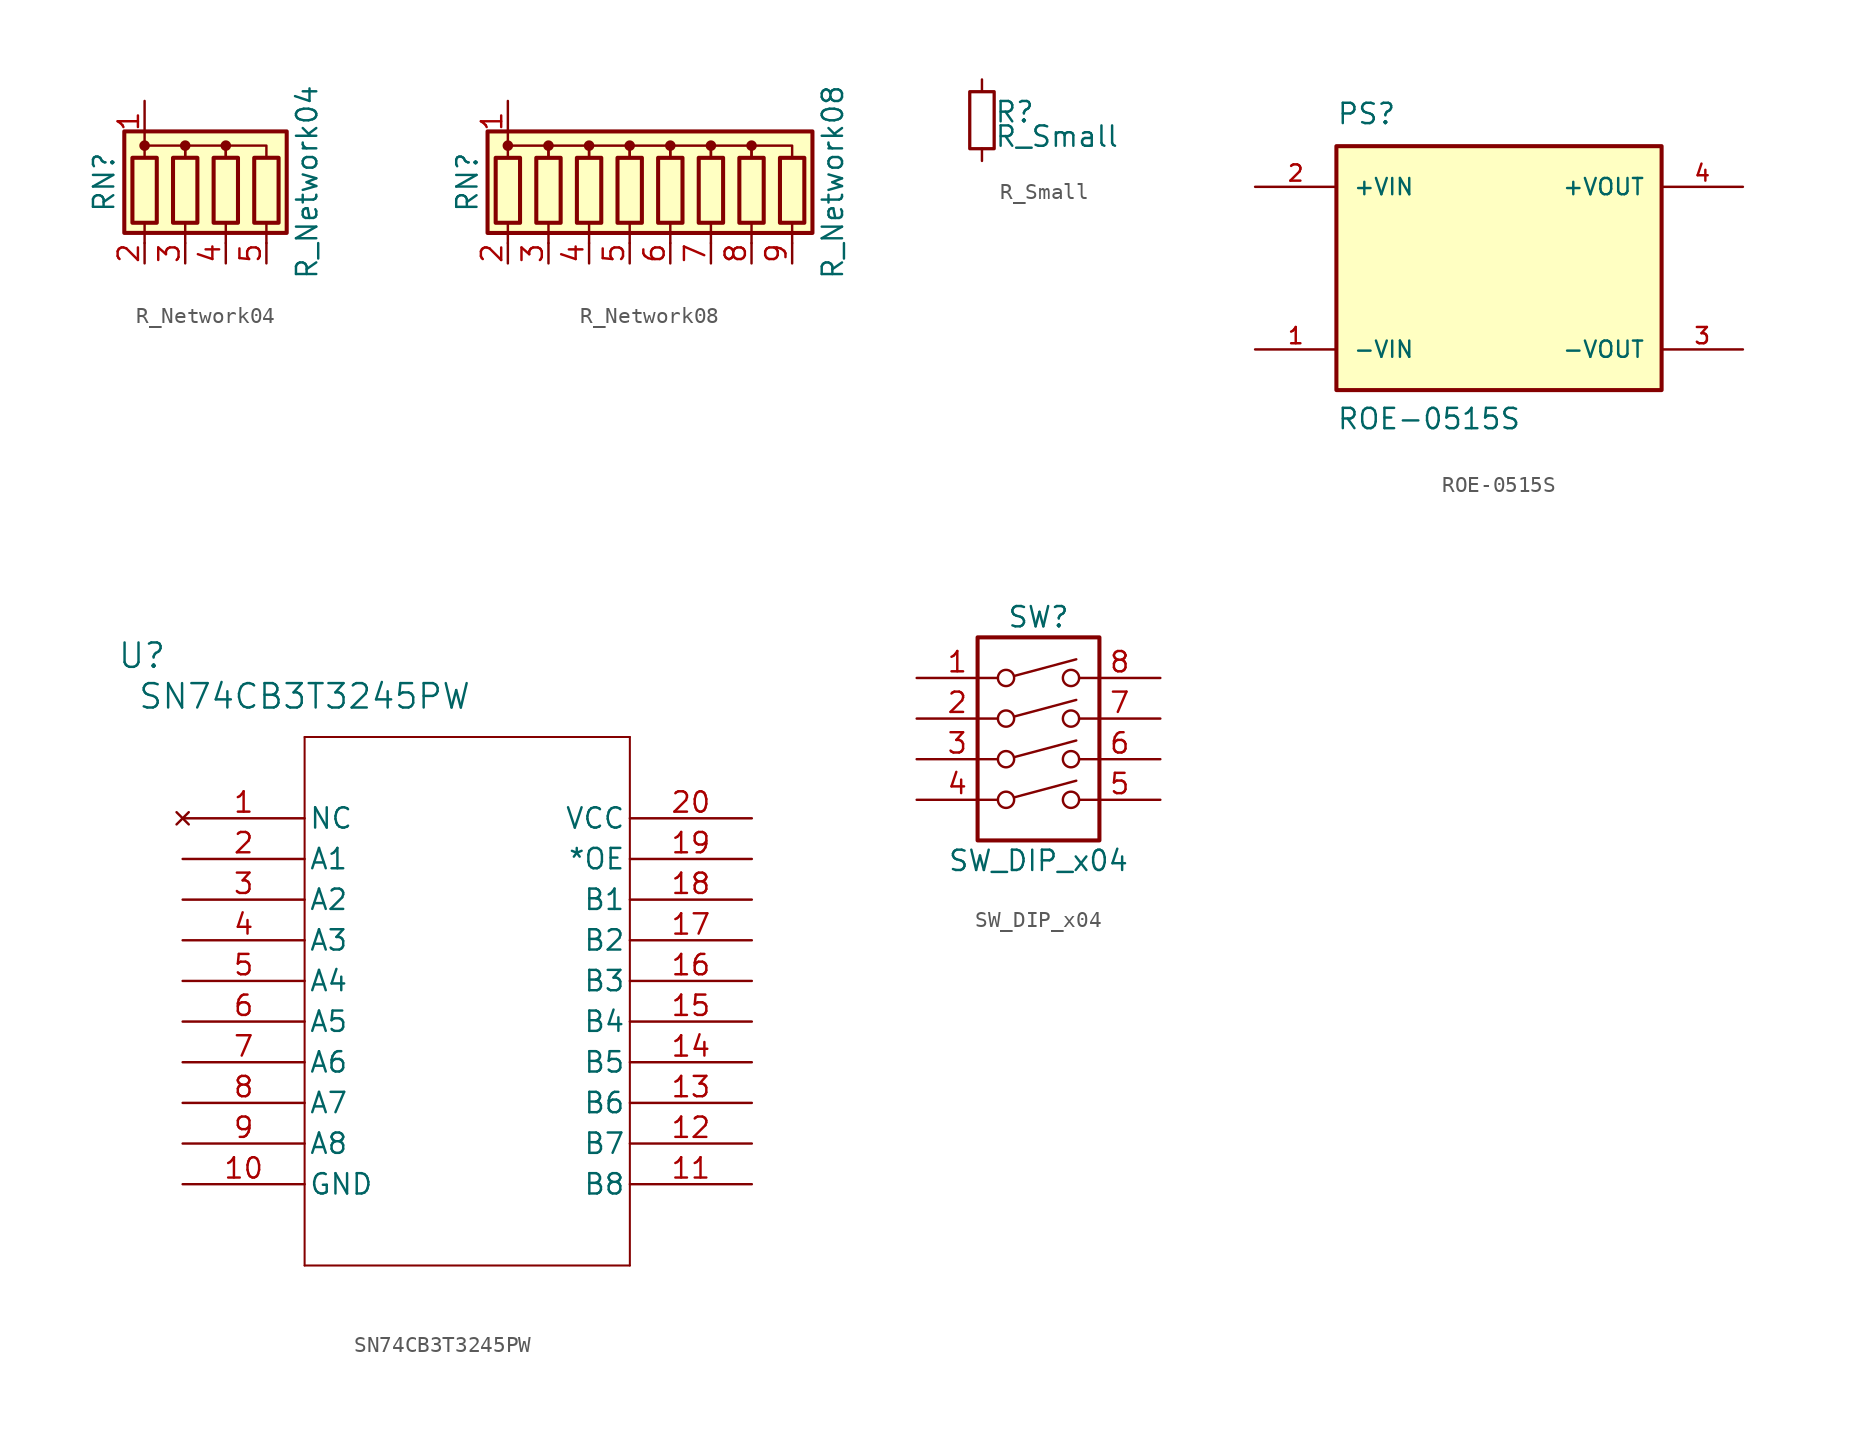
<source format=kicad_sym>
(kicad_symbol_lib
  (version 20241209)
  (generator "kicad_symbol_editor")
  (generator_version "9.0")
  (symbol "R_Network04"
    (pin_names
      (offset 0)
      (hide yes))
    (property "Reference" "RN"
      (at -7.62 0 90)
      (effects (font (size 1.27 1.27))))
    (property "Value" "R_Network04"
      (at 5.08 0 90)
      (effects (font (size 1.27 1.27))))
    (symbol "R_Network04_0_1"
      (rectangle (start -5.842 1.524) (end -4.318 -2.54) (stroke (width 0.254) (type default)) (fill (type none)))
      (circle (center -5.08 2.286) (radius 0.254) (stroke (width 0) (type default)) (fill (type outline)))
      (polyline (pts (xy -5.08 1.524) (xy -5.08 2.286) (xy -2.54 2.286) (xy -2.54 1.524)) (stroke (width 0) (type default)) (fill (type none)))
      (polyline (pts (xy -5.08 -2.54) (xy -5.08 -3.81)) (stroke (width 0) (type default)) (fill (type none)))
      (rectangle (start -3.302 1.524) (end -1.778 -2.54) (stroke (width 0.254) (type default)) (fill (type none)))
      (circle (center -2.54 2.286) (radius 0.254) (stroke (width 0) (type default)) (fill (type outline)))
      (polyline (pts (xy -2.54 1.524) (xy -2.54 2.286) (xy 0 2.286) (xy 0 1.524)) (stroke (width 0) (type default)) (fill (type none)))
      (polyline (pts (xy -2.54 -2.54) (xy -2.54 -3.81)) (stroke (width 0) (type default)) (fill (type none)))
      (rectangle (start -0.762 1.524) (end 0.762 -2.54) (stroke (width 0.254) (type default)) (fill (type none)))
      (circle (center 0 2.286) (radius 0.254) (stroke (width 0) (type default)) (fill (type outline)))
      (polyline (pts (xy 0 1.524) (xy 0 2.286) (xy 2.54 2.286) (xy 2.54 1.524)) (stroke (width 0) (type default)) (fill (type none)))
      (polyline (pts (xy 0 -2.54) (xy 0 -3.81)) (stroke (width 0) (type default)) (fill (type none)))
      (rectangle (start 1.778 1.524) (end 3.302 -2.54) (stroke (width 0.254) (type default)) (fill (type none)))
      (polyline (pts (xy 2.54 -2.54) (xy 2.54 -3.81)) (stroke (width 0) (type default)) (fill (type none))))
    (symbol "R_Network04_1_1"
      (rectangle (start -6.35 3.175) (end 3.81 -3.175) (stroke (width 0.254) (type default)) (fill (type background)))
      (pin passive line (at -5.08 5.08 270) (length 2.54) (name "common" (effects (font (size 1.27 1.27)))) (number "1" (effects (font (size 1.27 1.27)))))
      (pin passive line (at -5.08 -5.08 90) (length 1.27) (name "R1" (effects (font (size 1.27 1.27)))) (number "2" (effects (font (size 1.27 1.27)))))
      (pin passive line (at -2.54 -5.08 90) (length 1.27) (name "R2" (effects (font (size 1.27 1.27)))) (number "3" (effects (font (size 1.27 1.27)))))
      (pin passive line (at 0 -5.08 90) (length 1.27) (name "R3" (effects (font (size 1.27 1.27)))) (number "4" (effects (font (size 1.27 1.27)))))
      (pin passive line (at 2.54 -5.08 90) (length 1.27) (name "R4" (effects (font (size 1.27 1.27)))) (number "5" (effects (font (size 1.27 1.27)))))))
  (symbol "R_Network08"
    (pin_names
      (offset 0)
      (hide yes))
    (property "Reference" "RN"
      (at -12.7 0 90)
      (effects (font (size 1.27 1.27))))
    (property "Value" "R_Network08"
      (at 10.16 0 90)
      (effects (font (size 1.27 1.27))))
    (symbol "R_Network08_0_1"
      (rectangle (start -11.43 -3.175) (end 8.89 3.175) (stroke (width 0.254) (type default)) (fill (type background)))
      (rectangle (start -10.922 1.524) (end -9.398 -2.54) (stroke (width 0.254) (type default)) (fill (type none)))
      (circle (center -10.16 2.286) (radius 0.254) (stroke (width 0) (type default)) (fill (type outline)))
      (polyline (pts (xy -10.16 1.524) (xy -10.16 2.286) (xy -7.62 2.286) (xy -7.62 1.524)) (stroke (width 0) (type default)) (fill (type none)))
      (polyline (pts (xy -10.16 -2.54) (xy -10.16 -3.81)) (stroke (width 0) (type default)) (fill (type none)))
      (rectangle (start -8.382 1.524) (end -6.858 -2.54) (stroke (width 0.254) (type default)) (fill (type none)))
      (circle (center -7.62 2.286) (radius 0.254) (stroke (width 0) (type default)) (fill (type outline)))
      (polyline (pts (xy -7.62 1.524) (xy -7.62 2.286) (xy -5.08 2.286) (xy -5.08 1.524)) (stroke (width 0) (type default)) (fill (type none)))
      (polyline (pts (xy -7.62 -2.54) (xy -7.62 -3.81)) (stroke (width 0) (type default)) (fill (type none)))
      (rectangle (start -5.842 1.524) (end -4.318 -2.54) (stroke (width 0.254) (type default)) (fill (type none)))
      (circle (center -5.08 2.286) (radius 0.254) (stroke (width 0) (type default)) (fill (type outline)))
      (polyline (pts (xy -5.08 1.524) (xy -5.08 2.286) (xy -2.54 2.286) (xy -2.54 1.524)) (stroke (width 0) (type default)) (fill (type none)))
      (polyline (pts (xy -5.08 -2.54) (xy -5.08 -3.81)) (stroke (width 0) (type default)) (fill (type none)))
      (rectangle (start -3.302 1.524) (end -1.778 -2.54) (stroke (width 0.254) (type default)) (fill (type none)))
      (circle (center -2.54 2.286) (radius 0.254) (stroke (width 0) (type default)) (fill (type outline)))
      (polyline (pts (xy -2.54 1.524) (xy -2.54 2.286) (xy 0 2.286) (xy 0 1.524)) (stroke (width 0) (type default)) (fill (type none)))
      (polyline (pts (xy -2.54 -2.54) (xy -2.54 -3.81)) (stroke (width 0) (type default)) (fill (type none)))
      (rectangle (start -0.762 1.524) (end 0.762 -2.54) (stroke (width 0.254) (type default)) (fill (type none)))
      (circle (center 0 2.286) (radius 0.254) (stroke (width 0) (type default)) (fill (type outline)))
      (polyline (pts (xy 0 1.524) (xy 0 2.286) (xy 2.54 2.286) (xy 2.54 1.524)) (stroke (width 0) (type default)) (fill (type none)))
      (polyline (pts (xy 0 -2.54) (xy 0 -3.81)) (stroke (width 0) (type default)) (fill (type none)))
      (rectangle (start 1.778 1.524) (end 3.302 -2.54) (stroke (width 0.254) (type default)) (fill (type none)))
      (circle (center 2.54 2.286) (radius 0.254) (stroke (width 0) (type default)) (fill (type outline)))
      (polyline (pts (xy 2.54 1.524) (xy 2.54 2.286) (xy 5.08 2.286) (xy 5.08 1.524)) (stroke (width 0) (type default)) (fill (type none)))
      (polyline (pts (xy 2.54 -2.54) (xy 2.54 -3.81)) (stroke (width 0) (type default)) (fill (type none)))
      (rectangle (start 4.318 1.524) (end 5.842 -2.54) (stroke (width 0.254) (type default)) (fill (type none)))
      (circle (center 5.08 2.286) (radius 0.254) (stroke (width 0) (type default)) (fill (type outline)))
      (polyline (pts (xy 5.08 1.524) (xy 5.08 2.286) (xy 7.62 2.286) (xy 7.62 1.524)) (stroke (width 0) (type default)) (fill (type none)))
      (polyline (pts (xy 5.08 -2.54) (xy 5.08 -3.81)) (stroke (width 0) (type default)) (fill (type none)))
      (rectangle (start 6.858 1.524) (end 8.382 -2.54) (stroke (width 0.254) (type default)) (fill (type none)))
      (polyline (pts (xy 7.62 -2.54) (xy 7.62 -3.81)) (stroke (width 0) (type default)) (fill (type none))))
    (symbol "R_Network08_1_1"
      (pin passive line (at -10.16 5.08 270) (length 2.54) (name "common" (effects (font (size 1.27 1.27)))) (number "1" (effects (font (size 1.27 1.27)))))
      (pin passive line (at -10.16 -5.08 90) (length 1.27) (name "R1" (effects (font (size 1.27 1.27)))) (number "2" (effects (font (size 1.27 1.27)))))
      (pin passive line (at -7.62 -5.08 90) (length 1.27) (name "R2" (effects (font (size 1.27 1.27)))) (number "3" (effects (font (size 1.27 1.27)))))
      (pin passive line (at -5.08 -5.08 90) (length 1.27) (name "R3" (effects (font (size 1.27 1.27)))) (number "4" (effects (font (size 1.27 1.27)))))
      (pin passive line (at -2.54 -5.08 90) (length 1.27) (name "R4" (effects (font (size 1.27 1.27)))) (number "5" (effects (font (size 1.27 1.27)))))
      (pin passive line (at 0 -5.08 90) (length 1.27) (name "R5" (effects (font (size 1.27 1.27)))) (number "6" (effects (font (size 1.27 1.27)))))
      (pin passive line (at 2.54 -5.08 90) (length 1.27) (name "R6" (effects (font (size 1.27 1.27)))) (number "7" (effects (font (size 1.27 1.27)))))
      (pin passive line (at 5.08 -5.08 90) (length 1.27) (name "R7" (effects (font (size 1.27 1.27)))) (number "8" (effects (font (size 1.27 1.27)))))
      (pin passive line (at 7.62 -5.08 90) (length 1.27) (name "R8" (effects (font (size 1.27 1.27)))) (number "9" (effects (font (size 1.27 1.27)))))))
  (symbol "R_Small"
    (pin_numbers
      (hide yes))
    (pin_names
      (offset 0.254)
      (hide yes))
    (property "Reference" "R"
      (at 0.762 0.508 0)
      (effects (font (size 1.27 1.27)) (justify left)))
    (property "Value" "R_Small"
      (at 0.762 -1.016 0)
      (effects (font (size 1.27 1.27)) (justify left)))
    (symbol "R_Small_0_1"
      (rectangle (start -0.762 1.778) (end 0.762 -1.778) (stroke (width 0.203) (type default)) (fill (type none))))
    (symbol "R_Small_1_1"
      (pin passive line (at 0 2.54 270) (length 0.762) (name "~" (effects (font (size 1.27 1.27)))) (number "1" (effects (font (size 1.27 1.27)))))
      (pin passive line (at 0 -2.54 90) (length 0.762) (name "~" (effects (font (size 1.27 1.27)))) (number "2" (effects (font (size 1.27 1.27)))))))
  (symbol "ROE-0515S"
    (pin_names
      (offset 1.016))
    (property "Reference" "PS"
      (at -10.164 8.898 0)
      (effects (font (size 1.27 1.27)) (justify left bottom)))
    (property "Value" "ROE-0515S"
      (at -10.161 -10.163 0)
      (effects (font (size 1.27 1.27)) (justify left bottom)))
    (symbol "ROE-0515S_0_0"
      (rectangle (start -10.16 -7.62) (end 10.16 7.62) (stroke (width 0.254) (type default)) (fill (type background))))
    (symbol "ROE-0515S_1_0"
      (pin power_in line (at -15.24 5.08 0) (length 5.08) (name "+VIN" (effects (font (size 1.016 1.016)))) (number "2" (effects (font (size 1.016 1.016)))))
      (pin power_in line (at -15.24 -5.08 0) (length 5.08) (name "-VIN" (effects (font (size 1.016 1.016)))) (number "1" (effects (font (size 1.016 1.016)))))
      (pin power_out line (at 15.24 5.08 180) (length 5.08) (name "+VOUT" (effects (font (size 1.016 1.016)))) (number "4" (effects (font (size 1.016 1.016)))))
      (pin power_out line (at 15.24 -5.08 180) (length 5.08) (name "-VOUT" (effects (font (size 1.016 1.016)))) (number "3" (effects (font (size 1.016 1.016)))))))
  (symbol "SN74CB3T3245PW"
    (pin_names
      (offset 0.254))
    (property "Reference" "U"
      (at -2.54 10.16 0)
      (effects (font (size 1.524 1.524))))
    (property "Value" "SN74CB3T3245PW"
      (at 7.62 7.62 0)
      (effects (font (size 1.524 1.524))))
    (symbol "SN74CB3T3245PW_0_1"
      (polyline (pts (xy 7.62 5.08) (xy 7.62 -27.94)) (stroke (width 0.127) (type default)) (fill (type none)))
      (polyline (pts (xy 7.62 -27.94) (xy 27.94 -27.94)) (stroke (width 0.127) (type default)) (fill (type none)))
      (polyline (pts (xy 27.94 5.08) (xy 7.62 5.08)) (stroke (width 0.127) (type default)) (fill (type none)))
      (polyline (pts (xy 27.94 -27.94) (xy 27.94 5.08)) (stroke (width 0.127) (type default)) (fill (type none)))
      (pin passive line (at 0 -2.54 0) (length 7.62) (name "A1" (effects (font (size 1.27 1.27)))) (number "2" (effects (font (size 1.27 1.27)))))
      (pin passive line (at 0 -5.08 0) (length 7.62) (name "A2" (effects (font (size 1.27 1.27)))) (number "3" (effects (font (size 1.27 1.27)))))
      (pin passive line (at 0 -7.62 0) (length 7.62) (name "A3" (effects (font (size 1.27 1.27)))) (number "4" (effects (font (size 1.27 1.27)))))
      (pin passive line (at 0 -10.16 0) (length 7.62) (name "A4" (effects (font (size 1.27 1.27)))) (number "5" (effects (font (size 1.27 1.27)))))
      (pin passive line (at 0 -12.7 0) (length 7.62) (name "A5" (effects (font (size 1.27 1.27)))) (number "6" (effects (font (size 1.27 1.27)))))
      (pin passive line (at 0 -15.24 0) (length 7.62) (name "A6" (effects (font (size 1.27 1.27)))) (number "7" (effects (font (size 1.27 1.27)))))
      (pin passive line (at 0 -17.78 0) (length 7.62) (name "A7" (effects (font (size 1.27 1.27)))) (number "8" (effects (font (size 1.27 1.27)))))
      (pin passive line (at 0 -20.32 0) (length 7.62) (name "A8" (effects (font (size 1.27 1.27)))) (number "9" (effects (font (size 1.27 1.27)))))
      (pin power_in line (at 0 -22.86 0) (length 7.62) (name "GND" (effects (font (size 1.27 1.27)))) (number "10" (effects (font (size 1.27 1.27)))))
      (pin power_in line (at 35.56 0 180) (length 7.62) (name "VCC" (effects (font (size 1.27 1.27)))) (number "20" (effects (font (size 1.27 1.27)))))
      (pin input line (at 35.56 -2.54 180) (length 7.62) (name "*OE" (effects (font (size 1.27 1.27)))) (number "19" (effects (font (size 1.27 1.27)))))
      (pin passive line (at 35.56 -5.08 180) (length 7.62) (name "B1" (effects (font (size 1.27 1.27)))) (number "18" (effects (font (size 1.27 1.27)))))
      (pin passive line (at 35.56 -7.62 180) (length 7.62) (name "B2" (effects (font (size 1.27 1.27)))) (number "17" (effects (font (size 1.27 1.27)))))
      (pin passive line (at 35.56 -10.16 180) (length 7.62) (name "B3" (effects (font (size 1.27 1.27)))) (number "16" (effects (font (size 1.27 1.27)))))
      (pin passive line (at 35.56 -12.7 180) (length 7.62) (name "B4" (effects (font (size 1.27 1.27)))) (number "15" (effects (font (size 1.27 1.27)))))
      (pin passive line (at 35.56 -15.24 180) (length 7.62) (name "B5" (effects (font (size 1.27 1.27)))) (number "14" (effects (font (size 1.27 1.27)))))
      (pin passive line (at 35.56 -17.78 180) (length 7.62) (name "B6" (effects (font (size 1.27 1.27)))) (number "13" (effects (font (size 1.27 1.27)))))
      (pin passive line (at 35.56 -20.32 180) (length 7.62) (name "B7" (effects (font (size 1.27 1.27)))) (number "12" (effects (font (size 1.27 1.27)))))
      (pin passive line (at 35.56 -22.86 180) (length 7.62) (name "B8" (effects (font (size 1.27 1.27)))) (number "11" (effects (font (size 1.27 1.27))))))
    (symbol "SN74CB3T3245PW_1_1"
      (pin no_connect line (at 0 0 0) (length 7.62) (name "NC" (effects (font (size 1.27 1.27)))) (number "1" (effects (font (size 1.27 1.27)))))))
  (symbol "SW_DIP_x04"
    (pin_names
      (offset 0)
      (hide yes))
    (property "Reference" "SW"
      (at 0 8.89 0)
      (effects (font (size 1.27 1.27))))
    (property "Value" "SW_DIP_x04"
      (at 0 -6.35 0)
      (effects (font (size 1.27 1.27))))
    (symbol "SW_DIP_x04_0_0"
      (circle (center -2.032 5.08) (radius 0.508) (stroke (width 0) (type default)) (fill (type none)))
      (circle (center -2.032 2.54) (radius 0.508) (stroke (width 0) (type default)) (fill (type none)))
      (circle (center -2.032 0) (radius 0.508) (stroke (width 0) (type default)) (fill (type none)))
      (circle (center -2.032 -2.54) (radius 0.508) (stroke (width 0) (type default)) (fill (type none)))
      (polyline (pts (xy -1.524 5.207) (xy 2.362 6.248)) (stroke (width 0) (type default)) (fill (type none)))
      (polyline (pts (xy -1.524 2.667) (xy 2.362 3.708)) (stroke (width 0) (type default)) (fill (type none)))
      (polyline (pts (xy -1.524 0.127) (xy 2.362 1.168)) (stroke (width 0) (type default)) (fill (type none)))
      (polyline (pts (xy -1.524 -2.388) (xy 2.362 -1.346)) (stroke (width 0) (type default)) (fill (type none)))
      (circle (center 2.032 5.08) (radius 0.508) (stroke (width 0) (type default)) (fill (type none)))
      (circle (center 2.032 2.54) (radius 0.508) (stroke (width 0) (type default)) (fill (type none)))
      (circle (center 2.032 0) (radius 0.508) (stroke (width 0) (type default)) (fill (type none)))
      (circle (center 2.032 -2.54) (radius 0.508) (stroke (width 0) (type default)) (fill (type none))))
    (symbol "SW_DIP_x04_1_1"
      (rectangle (start -3.81 7.62) (end 3.81 -5.08) (stroke (width 0.254) (type default)) (fill (type none)))
      (pin passive line (at -7.62 5.08 0) (length 5.08) (name "~" (effects (font (size 1.27 1.27)))) (number "1" (effects (font (size 1.27 1.27)))))
      (pin passive line (at -7.62 2.54 0) (length 5.08) (name "~" (effects (font (size 1.27 1.27)))) (number "2" (effects (font (size 1.27 1.27)))))
      (pin passive line (at -7.62 0 0) (length 5.08) (name "~" (effects (font (size 1.27 1.27)))) (number "3" (effects (font (size 1.27 1.27)))))
      (pin passive line (at -7.62 -2.54 0) (length 5.08) (name "~" (effects (font (size 1.27 1.27)))) (number "4" (effects (font (size 1.27 1.27)))))
      (pin passive line (at 7.62 5.08 180) (length 5.08) (name "~" (effects (font (size 1.27 1.27)))) (number "8" (effects (font (size 1.27 1.27)))))
      (pin passive line (at 7.62 2.54 180) (length 5.08) (name "~" (effects (font (size 1.27 1.27)))) (number "7" (effects (font (size 1.27 1.27)))))
      (pin passive line (at 7.62 0 180) (length 5.08) (name "~" (effects (font (size 1.27 1.27)))) (number "6" (effects (font (size 1.27 1.27)))))
      (pin passive line (at 7.62 -2.54 180) (length 5.08) (name "~" (effects (font (size 1.27 1.27)))) (number "5" (effects (font (size 1.27 1.27))))))))
</source>
